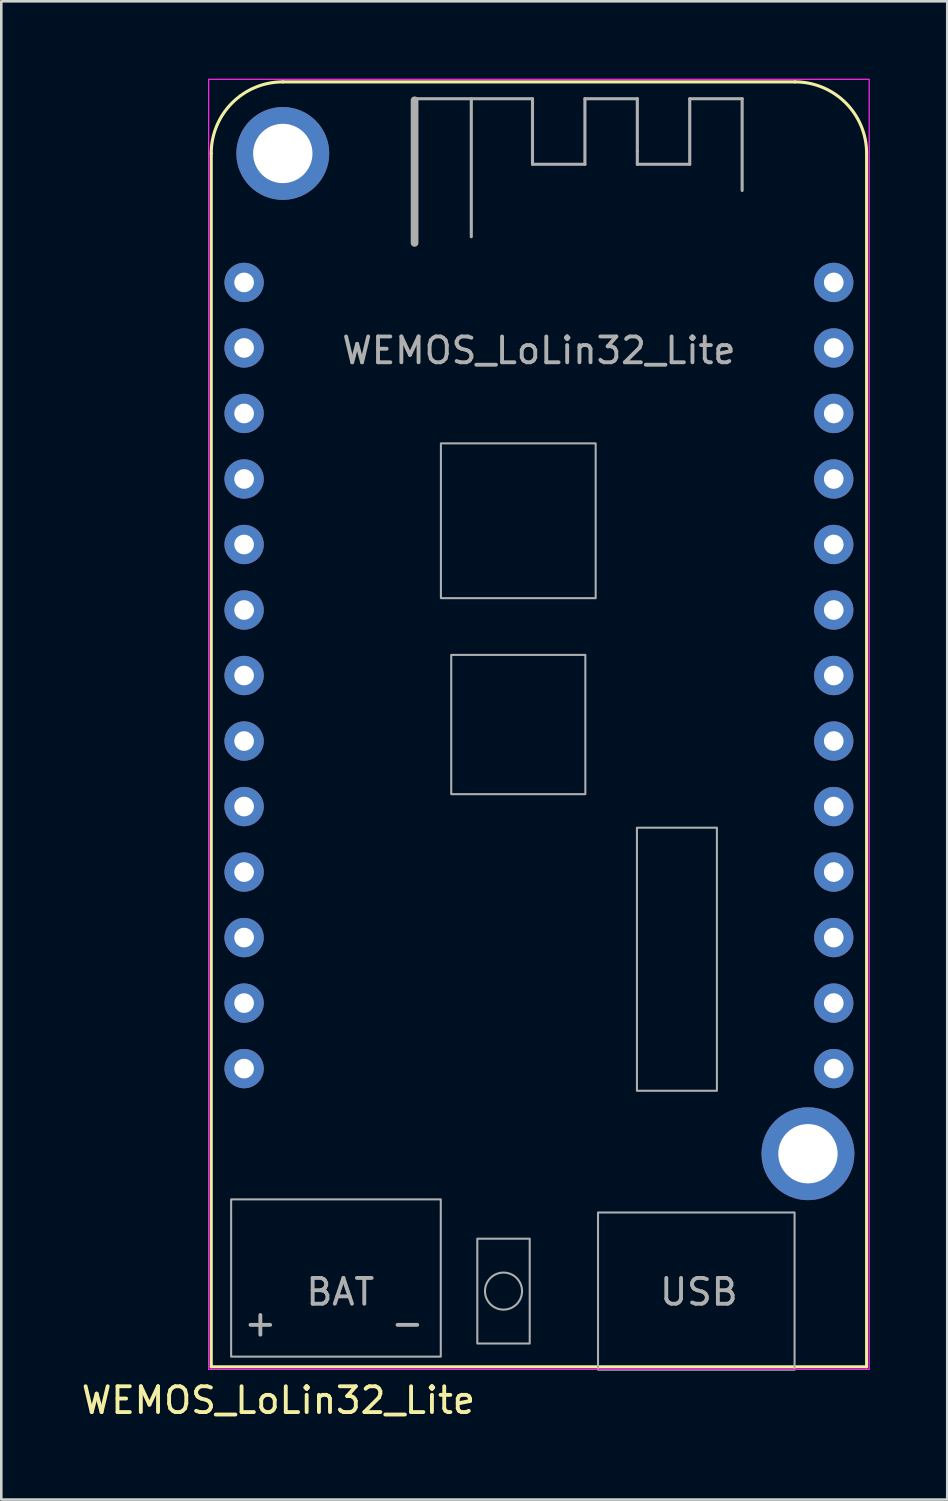
<source format=kicad_pcb>
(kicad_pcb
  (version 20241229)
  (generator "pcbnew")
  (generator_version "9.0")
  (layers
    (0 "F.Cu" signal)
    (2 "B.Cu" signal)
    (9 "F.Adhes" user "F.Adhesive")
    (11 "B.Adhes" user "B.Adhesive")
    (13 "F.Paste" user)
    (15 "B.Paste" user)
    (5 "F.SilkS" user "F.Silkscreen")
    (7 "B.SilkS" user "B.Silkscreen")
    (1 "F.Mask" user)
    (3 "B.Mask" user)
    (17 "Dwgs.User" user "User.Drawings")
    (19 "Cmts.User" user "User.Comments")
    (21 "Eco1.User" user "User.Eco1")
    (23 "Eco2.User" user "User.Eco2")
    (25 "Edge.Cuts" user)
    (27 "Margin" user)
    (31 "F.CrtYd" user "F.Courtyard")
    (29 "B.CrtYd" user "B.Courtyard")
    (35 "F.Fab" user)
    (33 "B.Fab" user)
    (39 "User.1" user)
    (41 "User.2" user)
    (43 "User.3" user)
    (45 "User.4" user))
  (footprint "WEMOS_LoLin32_Lite"
    (layer "F.Cu")
    (at 17.844 23.14)
    (property "Reference" "WEMOS_LoLin32_Lite" (at -10.1 28.1 0) (unlocked yes) (layer "F.SilkS") (effects (font (size 1 1) (thickness 0.15))))
    (attr through_hole)
    (fp_line (start -12.705 26.8) (end -12.705 -20.24) (stroke (width 0.12) (type solid)) (layer "F.SilkS"))
    (fp_line (start -9.93 -23.015) (end 9.93 -23.015) (stroke (width 0.12) (type solid)) (layer "F.SilkS"))
    (fp_line (start 12.705 -20.24) (end 12.705 26.8) (stroke (width 0.12) (type solid)) (layer "F.SilkS"))
    (fp_line (start 12.705 26.8) (end -12.705 26.8) (stroke (width 0.12) (type solid)) (layer "F.SilkS"))
    (fp_arc (start -12.705 -20.24) (mid -11.892221 -22.202221) (end -9.93 -23.015) (stroke (width 0.12) (type solid)) (layer "F.SilkS"))
    (fp_arc (start 9.93 -23.015) (mid 11.892221 -22.202221) (end 12.705 -20.24) (stroke (width 0.12) (type solid)) (layer "F.SilkS"))
    (fp_rect (start -12.805 -23.115) (end 12.805 26.9) (stroke (width 0.05) (type solid)) (fill no) (layer "F.CrtYd"))
    (fp_line (start -4.821 -22.362) (end -0.249 -22.362) (stroke (width 0.12) (type solid)) (layer "F.Fab"))
    (fp_line (start -4.821 -16.774) (end -4.821 -22.3) (stroke (width 0.3) (type solid)) (layer "F.Fab"))
    (fp_line (start -2.622 -17.012) (end -2.622 -22.362) (stroke (width 0.12) (type solid)) (layer "F.Fab"))
    (fp_line (start -0.249 -22.362) (end -0.249 -19.822) (stroke (width 0.12) (type solid)) (layer "F.Fab"))
    (fp_line (start -0.249 -19.822) (end 1.783 -19.822) (stroke (width 0.12) (type solid)) (layer "F.Fab"))
    (fp_line (start 1.783 -22.362) (end 3.815 -22.362) (stroke (width 0.12) (type solid)) (layer "F.Fab"))
    (fp_line (start 1.783 -19.822) (end 1.783 -22.362) (stroke (width 0.12) (type solid)) (layer "F.Fab"))
    (fp_line (start 3.815 -22.362) (end 3.815 -20.33) (stroke (width 0.12) (type solid)) (layer "F.Fab"))
    (fp_line (start 3.815 -20.33) (end 3.815 -19.822) (stroke (width 0.12) (type solid)) (layer "F.Fab"))
    (fp_line (start 3.815 -19.822) (end 5.847 -19.822) (stroke (width 0.12) (type solid)) (layer "F.Fab"))
    (fp_line (start 5.847 -22.362) (end 7.879 -22.362) (stroke (width 0.12) (type solid)) (layer "F.Fab"))
    (fp_line (start 5.847 -19.822) (end 5.847 -22.362) (stroke (width 0.12) (type solid)) (layer "F.Fab"))
    (fp_line (start 7.879 -22.362) (end 7.879 -18.806) (stroke (width 0.12) (type solid)) (layer "F.Fab"))
    (fp_rect (start -11.933 26.406) (end -3.805 20.31) (stroke (width 0.08) (type solid)) (fill no) (layer "F.Fab"))
    (fp_rect (start -3.8 -9) (end 2.2 -3) (stroke (width 0.08) (type solid)) (fill no) (layer "F.Fab"))
    (fp_rect (start -3.4 -0.8) (end 1.8 4.6) (stroke (width 0.08) (type solid)) (fill no) (layer "F.Fab"))
    (fp_rect (start -2.389 21.834) (end -0.357 25.898) (stroke (width 0.08) (type solid)) (fill no) (layer "F.Fab"))
    (fp_rect (start 3.8 5.9) (end 6.9 16.1) (stroke (width 0.08) (type solid)) (fill no) (layer "F.Fab"))
    (fp_rect (start 9.911 26.914) (end 2.291 20.818) (stroke (width 0.08) (type solid)) (fill no) (layer "F.Fab"))
    (fp_circle (center -1.373 23.866) (end -0.655 23.866) (stroke (width 0.08) (type solid)) (fill no) (layer "F.Fab"))
    (fp_text user "USB" (at 6.2 23.9 0) (unlocked yes) (layer "F.Fab") (effects (font (size 1 1) (thickness 0.15))))
    (fp_text user "BAT" (at -7.7 23.9 0) (unlocked yes) (layer "F.Fab") (effects (font (size 1 1) (thickness 0.15))))
    (fp_text user "${REFERENCE}" (at 0 -12.6 0) (unlocked yes) (layer "F.Fab") (effects (font (size 1 1) (thickness 0.15))))
    (fp_text user "+" (at -10.8 25.1 0) (unlocked yes) (layer "F.Fab") (effects (font (size 1 1) (thickness 0.15))))
    (fp_text user "-" (at -5.1 25.1 0) (unlocked yes) (layer "F.Fab") (effects (font (size 1 1) (thickness 0.15))))
    (pad "" np_thru_hole circle (at -9.93 -20.24) (size 3.6 3.6) (drill 2.3) (layers "*.Cu" "*.Mask"))
    (pad "" np_thru_hole circle (at 10.43 18.54) (size 3.6 3.6) (drill 2.3) (layers "*.Cu" "*.Mask"))
    (pad "1" thru_hole circle (at 11.43 15.24) (size 1.524 1.524) (drill 0.762) (layers "*.Cu" "*.Mask"))
    (pad "2" thru_hole circle (at 11.43 12.7) (size 1.524 1.524) (drill 0.762) (layers "*.Cu" "*.Mask"))
    (pad "3" thru_hole circle (at 11.43 10.16) (size 1.524 1.524) (drill 0.762) (layers "*.Cu" "*.Mask"))
    (pad "4" thru_hole circle (at 11.43 7.62) (size 1.524 1.524) (drill 0.762) (layers "*.Cu" "*.Mask"))
    (pad "5" thru_hole circle (at 11.43 5.08) (size 1.524 1.524) (drill 0.762) (layers "*.Cu" "*.Mask"))
    (pad "6" thru_hole circle (at 11.43 2.54) (size 1.524 1.524) (drill 0.762) (layers "*.Cu" "*.Mask"))
    (pad "7" thru_hole circle (at 11.43 0) (size 1.524 1.524) (drill 0.762) (layers "*.Cu" "*.Mask"))
    (pad "8" thru_hole circle (at 11.43 -2.54) (size 1.524 1.524) (drill 0.762) (layers "*.Cu" "*.Mask"))
    (pad "9" thru_hole circle (at 11.43 -5.08) (size 1.524 1.524) (drill 0.762) (layers "*.Cu" "*.Mask"))
    (pad "10" thru_hole circle (at 11.43 -7.62) (size 1.524 1.524) (drill 0.762) (layers "*.Cu" "*.Mask"))
    (pad "11" thru_hole circle (at 11.43 -10.16) (size 1.524 1.524) (drill 0.762) (layers "*.Cu" "*.Mask"))
    (pad "12" thru_hole circle (at 11.43 -12.7) (size 1.524 1.524) (drill 0.762) (layers "*.Cu" "*.Mask"))
    (pad "13" thru_hole circle (at 11.43 -15.24) (size 1.524 1.524) (drill 0.762) (layers "*.Cu" "*.Mask"))
    (pad "14" thru_hole circle (at -11.43 -15.24) (size 1.524 1.524) (drill 0.762) (layers "*.Cu" "*.Mask"))
    (pad "15" thru_hole circle (at -11.43 -12.7) (size 1.524 1.524) (drill 0.762) (layers "*.Cu" "*.Mask"))
    (pad "16" thru_hole circle (at -11.43 -10.16) (size 1.524 1.524) (drill 0.762) (layers "*.Cu" "*.Mask"))
    (pad "17" thru_hole circle (at -11.43 -7.62) (size 1.524 1.524) (drill 0.762) (layers "*.Cu" "*.Mask"))
    (pad "18" thru_hole circle (at -11.43 -5.08) (size 1.524 1.524) (drill 0.762) (layers "*.Cu" "*.Mask"))
    (pad "19" thru_hole circle (at -11.43 -2.54) (size 1.524 1.524) (drill 0.762) (layers "*.Cu" "*.Mask"))
    (pad "20" thru_hole circle (at -11.43 0) (size 1.524 1.524) (drill 0.762) (layers "*.Cu" "*.Mask"))
    (pad "21" thru_hole circle (at -11.43 2.54) (size 1.524 1.524) (drill 0.762) (layers "*.Cu" "*.Mask"))
    (pad "22" thru_hole circle (at -11.43 5.08) (size 1.524 1.524) (drill 0.762) (layers "*.Cu" "*.Mask"))
    (pad "23" thru_hole circle (at -11.43 7.62) (size 1.524 1.524) (drill 0.762) (layers "*.Cu" "*.Mask"))
    (pad "24" thru_hole circle (at -11.43 10.16) (size 1.524 1.524) (drill 0.762) (layers "*.Cu" "*.Mask"))
    (pad "25" thru_hole circle (at -11.43 12.7) (size 1.524 1.524) (drill 0.762) (layers "*.Cu" "*.Mask"))
    (pad "26" thru_hole circle (at -11.43 15.24) (size 1.524 1.524) (drill 0.762) (layers "*.Cu" "*.Mask")))
  (gr_rect
    (start -3 -3)
    (end 33.674 55.088)
    (stroke (width 0.1) (type default))
    (fill no)
    (layer "Edge.Cuts")))
</source>
